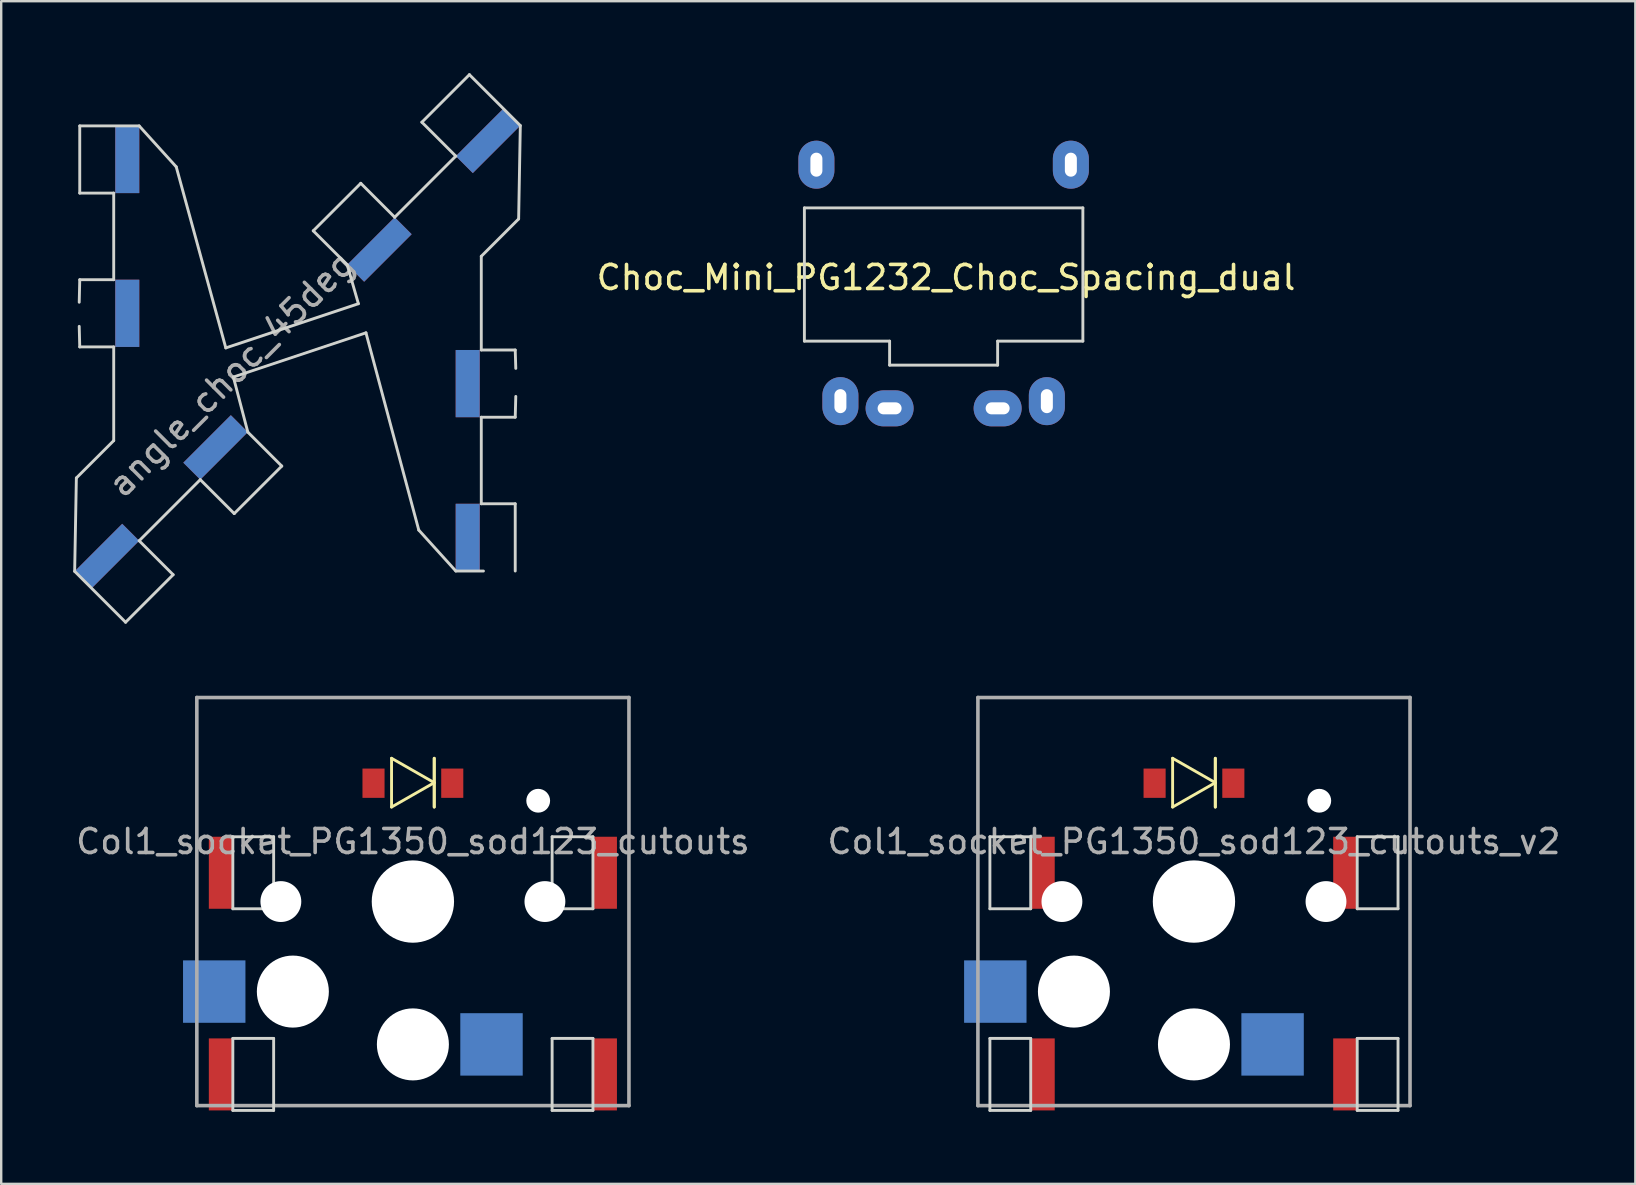
<source format=kicad_pcb>
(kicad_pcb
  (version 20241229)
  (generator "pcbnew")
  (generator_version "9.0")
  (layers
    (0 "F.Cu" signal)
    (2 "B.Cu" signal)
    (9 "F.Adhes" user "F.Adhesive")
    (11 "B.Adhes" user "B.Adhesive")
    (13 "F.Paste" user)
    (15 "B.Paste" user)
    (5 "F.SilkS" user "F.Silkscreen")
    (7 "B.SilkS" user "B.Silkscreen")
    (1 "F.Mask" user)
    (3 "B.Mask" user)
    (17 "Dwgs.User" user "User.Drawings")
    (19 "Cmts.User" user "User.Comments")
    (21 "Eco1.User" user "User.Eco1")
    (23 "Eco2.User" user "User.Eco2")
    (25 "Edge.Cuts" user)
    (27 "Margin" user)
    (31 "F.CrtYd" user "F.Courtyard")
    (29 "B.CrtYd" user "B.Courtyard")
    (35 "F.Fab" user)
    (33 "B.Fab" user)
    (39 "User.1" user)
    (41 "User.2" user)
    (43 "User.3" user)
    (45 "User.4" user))
  (footprint "Choc_Mini_PG1232_Choc_Spacing_dual"
    (layer "F.Cu")
    (at 36.257 8.56)
    (property "Reference" "Choc_Mini_PG1232_Choc_Spacing_dual" (at 0.1 -0.05 0) (layer "F.SilkS") (effects (font (size 1 1) (thickness 0.15))))
    (attr through_hole)
    (fp_line (start -9 -8.5) (end -9 8.5) (stroke (width 0.12) (type solid)) (layer "Eco1.User"))
    (fp_line (start -9 -8.5) (end 9 -8.5) (stroke (width 0.12) (type solid)) (layer "Eco1.User"))
    (fp_line (start -9 8.5) (end 9 8.5) (stroke (width 0.12) (type solid)) (layer "Eco1.User"))
    (fp_line (start 9 -8.5) (end 9 8.5) (stroke (width 0.12) (type solid)) (layer "Eco1.User"))
    (fp_line (start -7.25 -6.75) (end -7.25 6.75) (stroke (width 0.15) (type solid)) (layer "Eco2.User"))
    (fp_line (start -7.25 -6.75) (end 7.25 -6.75) (stroke (width 0.15) (type solid)) (layer "Eco2.User"))
    (fp_line (start -7.25 6.75) (end 7.25 6.75) (stroke (width 0.15) (type solid)) (layer "Eco2.User"))
    (fp_line (start -2.8 -3.2) (end -2.8 -5.35) (stroke (width 0.15) (type solid)) (layer "Eco2.User"))
    (fp_line (start -2.8 -3.2) (end 2.8 -3.2) (stroke (width 0.15) (type solid)) (layer "Eco2.User"))
    (fp_line (start 2.8 -5.35) (end -2.8 -5.35) (stroke (width 0.15) (type solid)) (layer "Eco2.User"))
    (fp_line (start 2.8 -3.2) (end 2.8 -5.35) (stroke (width 0.15) (type solid)) (layer "Eco2.User"))
    (fp_line (start 7.25 -6.75) (end 7.25 6.75) (stroke (width 0.15) (type solid)) (layer "Eco2.User"))
    (fp_line (start -5.8 -2.95) (end 5.8 -2.95) (stroke (width 0.12) (type solid)) (layer "Edge.Cuts"))
    (fp_line (start -5.8 2.6) (end -5.8 -2.95) (stroke (width 0.12) (type solid)) (layer "Edge.Cuts"))
    (fp_line (start -2.25 2.6) (end -5.8 2.6) (stroke (width 0.12) (type solid)) (layer "Edge.Cuts"))
    (fp_line (start -2.25 2.6) (end -2.25 3.6) (stroke (width 0.12) (type solid)) (layer "Edge.Cuts"))
    (fp_line (start -2.25 3.6) (end 2.25 3.6) (stroke (width 0.12) (type solid)) (layer "Edge.Cuts"))
    (fp_line (start 2.25 2.6) (end 5.8 2.6) (stroke (width 0.12) (type solid)) (layer "Edge.Cuts"))
    (fp_line (start 2.25 3.6) (end 2.25 2.6) (stroke (width 0.12) (type solid)) (layer "Edge.Cuts"))
    (fp_line (start 5.8 -2.95) (end 5.8 2.6) (stroke (width 0.12) (type solid)) (layer "Edge.Cuts"))
    (pad "1" thru_hole oval (at -4.3 5.1) (size 1.5 2) (drill oval 0.5 1) (layers "*.Cu" "*.Mask"))
    (pad "1" thru_hole oval (at -2.25 5.4) (size 2 1.5) (drill oval 1 0.5) (layers "*.Cu" "*.Mask"))
    (pad "2" thru_hole oval (at 2.25 5.4) (size 2 1.5) (drill oval 1 0.5) (layers "*.Cu" "*.Mask"))
    (pad "2" thru_hole oval (at 4.3 5.1) (size 1.5 2) (drill oval 0.5 1) (layers "*.Cu" "*.Mask"))
    (pad "3" thru_hole oval (at 5.3 -4.75) (size 1.5 2) (drill oval 0.5 1) (layers "*.Cu" "*.Mask"))
    (pad "4" thru_hole oval (at -5.3 -4.75) (size 1.5 2) (drill oval 0.5 1) (layers "*.Cu" "*.Mask")))
  (footprint "angle_choc_45deg"
    (layer "F.Cu")
    (at 9.299 11.46)
    (property "Reference" "angle_choc_45deg" (at -2.719 1.07 45) (layer "F.Fab") (effects (font (size 1 1) (thickness 0.15))))
    (attr through_hole)
    (fp_line (start -9.239 9.289) (end -7.117 11.41) (stroke (width 0.12) (type solid)) (layer "Edge.Cuts"))
    (fp_line (start -9.168 5.4) (end -9.239 9.289) (stroke (width 0.12) (type solid)) (layer "Edge.Cuts"))
    (fp_line (start -9.168 5.4) (end -7.612 3.844) (stroke (width 0.12) (type solid)) (layer "Edge.Cuts"))
    (fp_line (start -9.049 -1.92) (end -9.027 -2.859) (stroke (width 0.12) (type solid)) (layer "Edge.Cuts"))
    (fp_line (start -9.027 -9.266) (end -6.552 -9.266) (stroke (width 0.12) (type solid)) (layer "Edge.Cuts"))
    (fp_line (start -9.027 -6.466) (end -9.027 -9.266) (stroke (width 0.12) (type solid)) (layer "Edge.Cuts"))
    (fp_line (start -9.027 -6.466) (end -7.612 -6.466) (stroke (width 0.12) (type solid)) (layer "Edge.Cuts"))
    (fp_line (start -9.027 -2.859) (end -7.612 -2.859) (stroke (width 0.12) (type solid)) (layer "Edge.Cuts"))
    (fp_line (start -9.027 -0.059) (end -9.049 -0.916) (stroke (width 0.12) (type solid)) (layer "Edge.Cuts"))
    (fp_line (start -7.612 -2.859) (end -7.612 -6.466) (stroke (width 0.12) (type solid)) (layer "Edge.Cuts"))
    (fp_line (start -7.612 -0.059) (end -9.027 -0.059) (stroke (width 0.12) (type solid)) (layer "Edge.Cuts"))
    (fp_line (start -7.612 3.844) (end -7.612 -0.059) (stroke (width 0.12) (type solid)) (layer "Edge.Cuts"))
    (fp_line (start -7.117 11.41) (end -5.137 9.43) (stroke (width 0.12) (type solid)) (layer "Edge.Cuts"))
    (fp_line (start -6.552 -9.266) (end -5.008 -7.561) (stroke (width 0.12) (type solid)) (layer "Edge.Cuts"))
    (fp_line (start -6.552 8.016) (end -5.137 9.43) (stroke (width 0.12) (type solid)) (layer "Edge.Cuts"))
    (fp_line (start -6.552 8.016) (end -4.006 5.47) (stroke (width 0.12) (type solid)) (layer "Edge.Cuts"))
    (fp_line (start -4.006 5.47) (end -2.592 6.884) (stroke (width 0.12) (type solid)) (layer "Edge.Cuts"))
    (fp_line (start -2.943 -0.018) (end -5.008 -7.561) (stroke (width 0.12) (type solid)) (layer "Edge.Cuts"))
    (fp_line (start -2.943 -0.018) (end 2.58 -1.859) (stroke (width 0.12) (type solid)) (layer "Edge.Cuts"))
    (fp_line (start -2.628 1.195) (end 2.895 -0.646) (stroke (width 0.12) (type solid)) (layer "Edge.Cuts"))
    (fp_line (start -2.592 6.884) (end -0.612 4.905) (stroke (width 0.12) (type solid)) (layer "Edge.Cuts"))
    (fp_line (start -2.026 3.49) (end -2.628 1.195) (stroke (width 0.12) (type solid)) (layer "Edge.Cuts"))
    (fp_line (start -2.026 3.49) (end -0.612 4.905) (stroke (width 0.12) (type solid)) (layer "Edge.Cuts"))
    (fp_line (start 2.113 -3.481) (end 0.699 -4.895) (stroke (width 0.12) (type solid)) (layer "Edge.Cuts"))
    (fp_line (start 2.58 -1.859) (end 2.113 -3.481) (stroke (width 0.12) (type solid)) (layer "Edge.Cuts"))
    (fp_line (start 2.679 -6.875) (end 0.699 -4.895) (stroke (width 0.12) (type solid)) (layer "Edge.Cuts"))
    (fp_line (start 2.895 -0.646) (end 5.095 7.571) (stroke (width 0.12) (type solid)) (layer "Edge.Cuts"))
    (fp_line (start 4.093 -5.461) (end 2.679 -6.875) (stroke (width 0.12) (type solid)) (layer "Edge.Cuts"))
    (fp_line (start 6.638 -8.006) (end 4.093 -5.461) (stroke (width 0.12) (type solid)) (layer "Edge.Cuts"))
    (fp_line (start 6.638 -8.006) (end 5.224 -9.42) (stroke (width 0.12) (type solid)) (layer "Edge.Cuts"))
    (fp_line (start 6.638 9.276) (end 5.095 7.571) (stroke (width 0.12) (type solid)) (layer "Edge.Cuts"))
    (fp_line (start 7.204 -11.4) (end 5.224 -9.42) (stroke (width 0.12) (type solid)) (layer "Edge.Cuts"))
    (fp_line (start 7.699 -3.834) (end 7.699 0.069) (stroke (width 0.12) (type solid)) (layer "Edge.Cuts"))
    (fp_line (start 7.699 0.069) (end 9.113 0.069) (stroke (width 0.12) (type solid)) (layer "Edge.Cuts"))
    (fp_line (start 7.699 2.869) (end 7.699 6.475) (stroke (width 0.12) (type solid)) (layer "Edge.Cuts"))
    (fp_line (start 7.789 9.277) (end 6.638 9.276) (stroke (width 0.12) (type solid)) (layer "Edge.Cuts"))
    (fp_line (start 9.113 0.069) (end 9.136 0.836) (stroke (width 0.12) (type solid)) (layer "Edge.Cuts"))
    (fp_line (start 9.113 2.869) (end 7.699 2.869) (stroke (width 0.12) (type solid)) (layer "Edge.Cuts"))
    (fp_line (start 9.113 6.475) (end 7.699 6.475) (stroke (width 0.12) (type solid)) (layer "Edge.Cuts"))
    (fp_line (start 9.113 6.475) (end 9.113 9.276) (stroke (width 0.12) (type solid)) (layer "Edge.Cuts"))
    (fp_line (start 9.136 2.003) (end 9.113 2.869) (stroke (width 0.12) (type solid)) (layer "Edge.Cuts"))
    (fp_line (start 9.255 -5.39) (end 7.699 -3.834) (stroke (width 0.12) (type solid)) (layer "Edge.Cuts"))
    (fp_line (start 9.255 -5.39) (end 9.325 -9.279) (stroke (width 0.12) (type solid)) (layer "Edge.Cuts"))
    (fp_line (start 9.325 -9.279) (end 7.204 -11.4) (stroke (width 0.12) (type solid)) (layer "Edge.Cuts"))
    (pad "1" smd rect (at -7.895 8.652 45) (size 2.8 1) (layers "F.Cu" "F.Mask" "F.Paste"))
    (pad "1" smd rect (at -7.895 8.652 45) (size 2.8 1) (layers "B.Cu" "B.Mask" "B.Paste"))
    (pad "1" smd rect (at -7.047 -7.866 90) (size 2.8 1) (layers "F.Cu" "F.Mask" "F.Paste"))
    (pad "1" smd rect (at -7.047 -7.866 90) (size 2.8 1) (layers "B.Cu" "B.Mask" "B.Paste"))
    (pad "1" smd rect (at -7.047 -1.459 90) (size 2.8 1) (layers "F.Cu" "F.Mask" "F.Paste"))
    (pad "1" smd rect (at -7.047 -1.459 90) (size 2.8 1) (layers "B.Cu" "B.Mask" "B.Paste"))
    (pad "1" smd rect (at -3.37 4.127 45) (size 2.8 1) (layers "F.Cu" "F.Mask" "F.Paste"))
    (pad "1" smd rect (at -3.37 4.127 45) (size 2.8 1) (layers "B.Cu" "B.Mask" "B.Paste"))
    (pad "2" smd rect (at 3.456 -4.117 225) (size 2.8 1) (layers "F.Cu" "F.Mask" "F.Paste"))
    (pad "2" smd rect (at 3.456 -4.117 225) (size 2.8 1) (layers "B.Cu" "B.Mask" "B.Paste"))
    (pad "2" smd rect (at 7.133 1.469 270) (size 2.8 1) (layers "F.Cu" "F.Mask" "F.Paste"))
    (pad "2" smd rect (at 7.133 1.469 270) (size 2.8 1) (layers "B.Cu" "B.Mask" "B.Paste"))
    (pad "2" smd rect (at 7.133 7.875 270) (size 2.8 1) (layers "F.Cu" "F.Mask" "F.Paste"))
    (pad "2" smd rect (at 7.133 7.875 270) (size 2.8 1) (layers "B.Cu" "B.Mask" "B.Paste"))
    (pad "2" smd rect (at 7.982 -8.643 225) (size 2.8 1) (layers "F.Cu" "F.Mask" "F.Paste"))
    (pad "2" smd rect (at 7.982 -8.643 225) (size 2.8 1) (layers "B.Cu" "B.Mask" "B.Paste")))
  (footprint "Col1_socket_PG1350_sod123_cutouts"
    (layer "F.Cu")
    (at 14.149 43.005)
    (property "Reference" "Col1_socket_PG1350_sod123_cutouts" (at 0 -11 0) (layer "F.Fab") (effects (font (size 1 1) (thickness 0.15))))
    (attr smd)
    (fp_line (start -0.889 -14.469) (end -0.889 -12.437) (stroke (width 0.12) (type solid)) (layer "F.SilkS"))
    (fp_line (start -0.889 -14.469) (end 0.889 -13.453) (stroke (width 0.12) (type solid)) (layer "F.SilkS"))
    (fp_line (start 0.889 -13.453) (end -0.889 -12.437) (stroke (width 0.12) (type solid)) (layer "F.SilkS"))
    (fp_line (start 0.889 -12.437) (end 0.889 -14.469) (stroke (width 0.12) (type solid)) (layer "F.SilkS"))
    (fp_line (start 0.889 -12.437) (end 0.889 -14.469) (stroke (width 0.12) (type solid)) (layer "F.SilkS"))
    (fp_line (start -7.5 -11.2) (end -5.8 -11.2) (stroke (width 0.12) (type solid)) (layer "Edge.Cuts"))
    (fp_line (start -7.5 -8.2) (end -7.5 -11.2) (stroke (width 0.12) (type solid)) (layer "Edge.Cuts"))
    (fp_line (start -7.5 -8.2) (end -5.8 -8.2) (stroke (width 0.12) (type solid)) (layer "Edge.Cuts"))
    (fp_line (start -7.5 -2.8) (end -7.5 0.2) (stroke (width 0.12) (type solid)) (layer "Edge.Cuts"))
    (fp_line (start -7.5 -2.8) (end -5.8 -2.8) (stroke (width 0.12) (type solid)) (layer "Edge.Cuts"))
    (fp_line (start -7.5 0.2) (end -5.8 0.2) (stroke (width 0.12) (type solid)) (layer "Edge.Cuts"))
    (fp_line (start -5.8 -11.2) (end -5.8 -8.2) (stroke (width 0.12) (type solid)) (layer "Edge.Cuts"))
    (fp_line (start -5.8 0.2) (end -5.8 -2.8) (stroke (width 0.12) (type solid)) (layer "Edge.Cuts"))
    (fp_line (start 5.8 -11.2) (end 7.5 -11.2) (stroke (width 0.12) (type solid)) (layer "Edge.Cuts"))
    (fp_line (start 5.8 -8.2) (end 5.8 -11.2) (stroke (width 0.12) (type solid)) (layer "Edge.Cuts"))
    (fp_line (start 5.8 -8.2) (end 7.5 -8.2) (stroke (width 0.12) (type solid)) (layer "Edge.Cuts"))
    (fp_line (start 5.8 -2.8) (end 7.5 -2.8) (stroke (width 0.12) (type solid)) (layer "Edge.Cuts"))
    (fp_line (start 5.8 0.2) (end 5.8 -2.8) (stroke (width 0.12) (type solid)) (layer "Edge.Cuts"))
    (fp_line (start 5.8 0.2) (end 7.5 0.2) (stroke (width 0.12) (type solid)) (layer "Edge.Cuts"))
    (fp_line (start 7.5 -11.2) (end 7.5 -8.2) (stroke (width 0.12) (type solid)) (layer "Edge.Cuts"))
    (fp_line (start 7.5 -2.8) (end 7.5 0.2) (stroke (width 0.12) (type solid)) (layer "Edge.Cuts"))
    (fp_line (start -9 0) (end -9 -17) (stroke (width 0.15) (type solid)) (layer "F.Fab"))
    (fp_line (start 9 -17) (end -9 -17) (stroke (width 0.15) (type solid)) (layer "F.Fab"))
    (fp_line (start 9 -17) (end 9 0) (stroke (width 0.15) (type solid)) (layer "F.Fab"))
    (fp_line (start 9 0) (end -9 0) (stroke (width 0.15) (type solid)) (layer "F.Fab"))
    (pad "" np_thru_hole circle (at -5.5 -8.5) (size 1.702 1.702) (drill 1.702) (layers "*.Cu"))
    (pad "" np_thru_hole circle (at -5 -4.75) (size 3 3) (drill 3) (layers "*.Cu"))
    (pad "" np_thru_hole circle (at 0 -8.5) (size 3.429 3.429) (drill 3.429) (layers "*.Cu" "*.Mask"))
    (pad "" np_thru_hole circle (at 0 -2.55) (size 3 3) (drill 3) (layers "*.Cu" "*.Mask"))
    (pad "" np_thru_hole circle (at 5.22 -12.7) (size 0.991 0.991) (drill 0.991) (layers "*.Cu" "*.Mask"))
    (pad "" np_thru_hole circle (at 5.5 -8.5) (size 1.702 1.702) (drill 1.702) (layers "*.Cu"))
    (pad "1" smd rect (at -8.275 -4.75) (size 2.6 2.6) (layers "B.Cu" "B.Mask" "B.Paste"))
    (pad "1" smd rect (at -8 -9.7) (size 1 3) (layers "F.Cu" "F.Mask" "F.Paste"))
    (pad "1" smd rect (at -8 -1.3) (size 1 3) (layers "F.Cu" "F.Mask" "F.Paste"))
    (pad "2" smd rect (at 3.275 -2.55) (size 2.6 2.6) (layers "B.Cu" "B.Mask" "B.Paste"))
    (pad "A" smd rect (at -1.64 -13.43) (size 0.92 1.22) (layers "F.Cu" "F.Mask" "F.Paste"))
    (pad "K" smd rect (at 1.64 -13.43) (size 0.92 1.22) (layers "F.Cu" "F.Mask" "F.Paste"))
    (pad "K" smd rect (at 8 -9.7) (size 1 3) (layers "F.Cu" "F.Mask" "F.Paste"))
    (pad "K" smd rect (at 8 -1.3) (size 1 3) (layers "F.Cu" "F.Mask" "F.Paste")))
  (footprint "Col1_socket_PG1350_sod123_cutouts_v2"
    (layer "F.Cu")
    (at 46.685 43.005)
    (property "Reference" "Col1_socket_PG1350_sod123_cutouts_v2" (at 0 -11 0) (layer "F.Fab") (effects (font (size 1 1) (thickness 0.15))))
    (attr smd)
    (fp_line (start -0.889 -14.469) (end -0.889 -12.437) (stroke (width 0.12) (type solid)) (layer "F.SilkS"))
    (fp_line (start -0.889 -14.469) (end 0.889 -13.453) (stroke (width 0.12) (type solid)) (layer "F.SilkS"))
    (fp_line (start 0.889 -13.453) (end -0.889 -12.437) (stroke (width 0.12) (type solid)) (layer "F.SilkS"))
    (fp_line (start 0.889 -12.437) (end 0.889 -14.469) (stroke (width 0.12) (type solid)) (layer "F.SilkS"))
    (fp_line (start 0.889 -12.437) (end 0.889 -14.469) (stroke (width 0.12) (type solid)) (layer "F.SilkS"))
    (fp_line (start -8.5 -11.2) (end -6.8 -11.2) (stroke (width 0.12) (type solid)) (layer "Edge.Cuts"))
    (fp_line (start -8.5 -8.2) (end -8.5 -11.2) (stroke (width 0.12) (type solid)) (layer "Edge.Cuts"))
    (fp_line (start -8.5 -8.2) (end -6.8 -8.2) (stroke (width 0.12) (type solid)) (layer "Edge.Cuts"))
    (fp_line (start -8.5 -2.8) (end -8.5 0.2) (stroke (width 0.12) (type solid)) (layer "Edge.Cuts"))
    (fp_line (start -8.5 -2.8) (end -6.8 -2.8) (stroke (width 0.12) (type solid)) (layer "Edge.Cuts"))
    (fp_line (start -8.5 0.2) (end -6.8 0.2) (stroke (width 0.12) (type solid)) (layer "Edge.Cuts"))
    (fp_line (start -6.8 -11.2) (end -6.8 -8.2) (stroke (width 0.12) (type solid)) (layer "Edge.Cuts"))
    (fp_line (start -6.8 0.2) (end -6.8 -2.8) (stroke (width 0.12) (type solid)) (layer "Edge.Cuts"))
    (fp_line (start 6.8 -11.2) (end 8.5 -11.2) (stroke (width 0.12) (type solid)) (layer "Edge.Cuts"))
    (fp_line (start 6.8 -8.2) (end 6.8 -11.2) (stroke (width 0.12) (type solid)) (layer "Edge.Cuts"))
    (fp_line (start 6.8 -8.2) (end 8.5 -8.2) (stroke (width 0.12) (type solid)) (layer "Edge.Cuts"))
    (fp_line (start 6.8 -2.8) (end 8.5 -2.8) (stroke (width 0.12) (type solid)) (layer "Edge.Cuts"))
    (fp_line (start 6.8 0.2) (end 6.8 -2.8) (stroke (width 0.12) (type solid)) (layer "Edge.Cuts"))
    (fp_line (start 6.8 0.2) (end 8.5 0.2) (stroke (width 0.12) (type solid)) (layer "Edge.Cuts"))
    (fp_line (start 8.5 -11.2) (end 8.5 -8.2) (stroke (width 0.12) (type solid)) (layer "Edge.Cuts"))
    (fp_line (start 8.5 -2.8) (end 8.5 0.2) (stroke (width 0.12) (type solid)) (layer "Edge.Cuts"))
    (fp_line (start -9 0) (end -9 -17) (stroke (width 0.15) (type solid)) (layer "F.Fab"))
    (fp_line (start 9 -17) (end -9 -17) (stroke (width 0.15) (type solid)) (layer "F.Fab"))
    (fp_line (start 9 -17) (end 9 0) (stroke (width 0.15) (type solid)) (layer "F.Fab"))
    (fp_line (start 9 0) (end -9 0) (stroke (width 0.15) (type solid)) (layer "F.Fab"))
    (pad "" np_thru_hole circle (at -5.5 -8.5) (size 1.702 1.702) (drill 1.702) (layers "*.Cu"))
    (pad "" np_thru_hole circle (at -5 -4.75) (size 3 3) (drill 3) (layers "*.Cu"))
    (pad "" np_thru_hole circle (at 0 -8.5) (size 3.429 3.429) (drill 3.429) (layers "*.Cu" "*.Mask"))
    (pad "" np_thru_hole circle (at 0 -2.55) (size 3 3) (drill 3) (layers "*.Cu" "*.Mask"))
    (pad "" np_thru_hole circle (at 5.22 -12.7) (size 0.991 0.991) (drill 0.991) (layers "*.Cu" "*.Mask"))
    (pad "" np_thru_hole circle (at 5.5 -8.5) (size 1.702 1.702) (drill 1.702) (layers "*.Cu"))
    (pad "1" smd rect (at -8.275 -4.75) (size 2.6 2.6) (layers "B.Cu" "B.Mask" "B.Paste"))
    (pad "1" smd rect (at -6.3 -9.7) (size 1 3) (layers "F.Cu" "F.Mask" "F.Paste"))
    (pad "1" smd rect (at -6.3 -1.3) (size 1 3) (layers "F.Cu" "F.Mask" "F.Paste"))
    (pad "2" smd rect (at 3.275 -2.55) (size 2.6 2.6) (layers "B.Cu" "B.Mask" "B.Paste"))
    (pad "A" smd rect (at -1.64 -13.43) (size 0.92 1.22) (layers "F.Cu" "F.Mask" "F.Paste"))
    (pad "K" smd rect (at 1.64 -13.43) (size 0.92 1.22) (layers "F.Cu" "F.Mask" "F.Paste"))
    (pad "K" smd rect (at 6.3 -9.7) (size 1 3) (layers "F.Cu" "F.Mask" "F.Paste"))
    (pad "K" smd rect (at 6.3 -1.3) (size 1 3) (layers "F.Cu" "F.Mask" "F.Paste")))
  (gr_rect
    (start -3 -3)
    (end 65.071 46.265)
    (stroke (width 0.1) (type default))
    (fill no)
    (layer "Edge.Cuts")))
</source>
